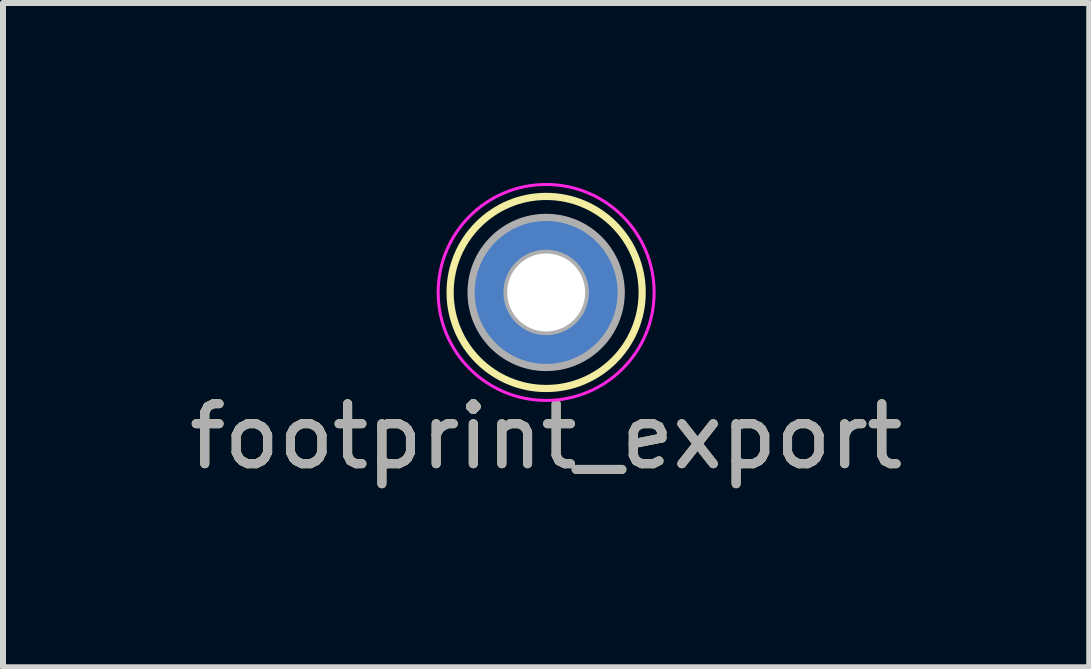
<source format=kicad_pcb>
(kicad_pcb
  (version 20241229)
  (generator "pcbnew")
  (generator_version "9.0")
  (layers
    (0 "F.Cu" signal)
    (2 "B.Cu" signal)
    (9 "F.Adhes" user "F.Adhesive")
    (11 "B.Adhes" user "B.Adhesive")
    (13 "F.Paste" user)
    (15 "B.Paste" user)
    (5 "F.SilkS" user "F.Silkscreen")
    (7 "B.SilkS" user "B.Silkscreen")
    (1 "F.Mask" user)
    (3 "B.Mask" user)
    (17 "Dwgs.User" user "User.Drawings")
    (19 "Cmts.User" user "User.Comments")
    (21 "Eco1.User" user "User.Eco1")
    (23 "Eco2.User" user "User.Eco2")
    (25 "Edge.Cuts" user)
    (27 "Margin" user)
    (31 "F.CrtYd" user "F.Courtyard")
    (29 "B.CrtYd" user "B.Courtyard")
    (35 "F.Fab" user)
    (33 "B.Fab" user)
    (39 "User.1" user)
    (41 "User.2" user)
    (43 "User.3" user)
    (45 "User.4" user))
  (footprint "footprint_export"
    (layer "F.Cu")
    (at 6.054 1.825)
    (property "Reference" "footprint_export" (at 0 2.4 0) (layer "F.SilkS") (effects (font (size 1 1) (thickness 0.15))))
    (attr through_hole)
    (fp_circle (center 0 0) (end 1.6 0.05) (stroke (width 0.12) (type solid)) (fill no) (layer "F.SilkS"))
    (fp_circle (center 0 0) (end 1.8 0) (stroke (width 0.05) (type solid)) (fill no) (layer "F.CrtYd"))
    (fp_circle (center 0 0) (end 0.65 -0.05) (stroke (width 0.12) (type solid)) (fill no) (layer "F.Fab"))
    (fp_circle (center 0 0) (end 1.25 -0.05) (stroke (width 0.12) (type solid)) (fill no) (layer "F.Fab"))
    (fp_text user "${REFERENCE}" (at 0 2.4 0) (layer "F.Fab") (effects (font (size 1 1) (thickness 0.15))))
    (pad "1" thru_hole circle (at 0 0) (size 2.6 2.6) (drill 1.3) (layers "*.Cu" "*.Mask")))
  (gr_rect
    (start -3 -3)
    (end 15.107 8.073)
    (stroke (width 0.1) (type default))
    (fill no)
    (layer "Edge.Cuts")))
</source>
